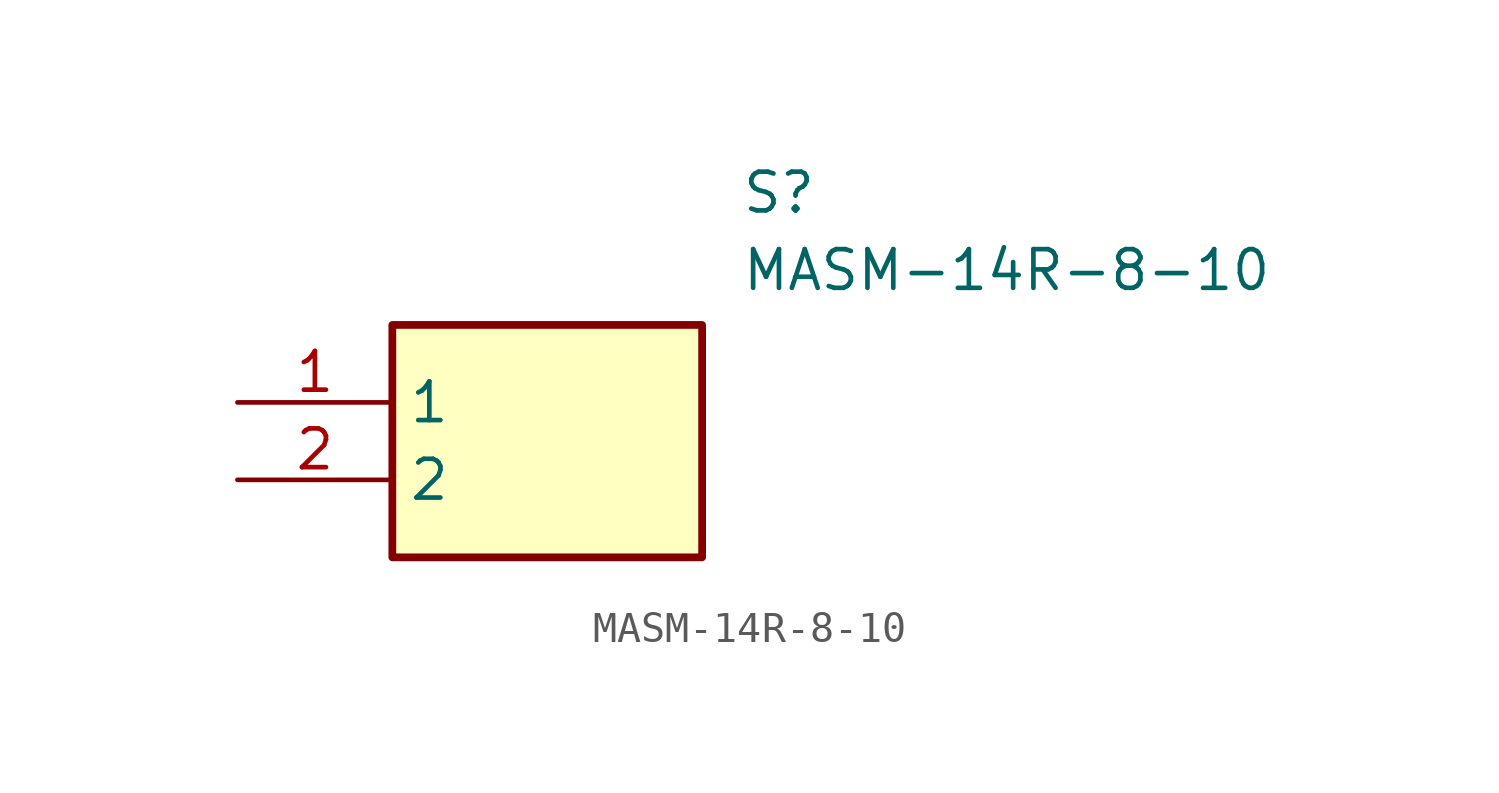
<source format=kicad_sym>
(kicad_symbol_lib
  (version 20241209)
  (generator "kicad_symbol_editor")
  (generator_version "9.0")
  (symbol "MASM-14R-8-10"
    (property "Reference" "S"
      (at 16.51 7.62 0)
      (effects (font (size 1.27 1.27)) (justify left top)))
    (property "Value" "MASM-14R-8-10"
      (at 16.51 5.08 0)
      (effects (font (size 1.27 1.27)) (justify left top)))
    (symbol "MASM-14R-8-10_1_1"
      (rectangle (start 5.08 2.54) (end 15.24 -5.08) (stroke (width 0.254) (type default)) (fill (type background)))
      (pin passive line (at 0 0 0) (length 5.08) (name "1" (effects (font (size 1.27 1.27)))) (number "1" (effects (font (size 1.27 1.27)))))
      (pin passive line (at 0 -2.54 0) (length 5.08) (name "2" (effects (font (size 1.27 1.27)))) (number "2" (effects (font (size 1.27 1.27))))))))
</source>
